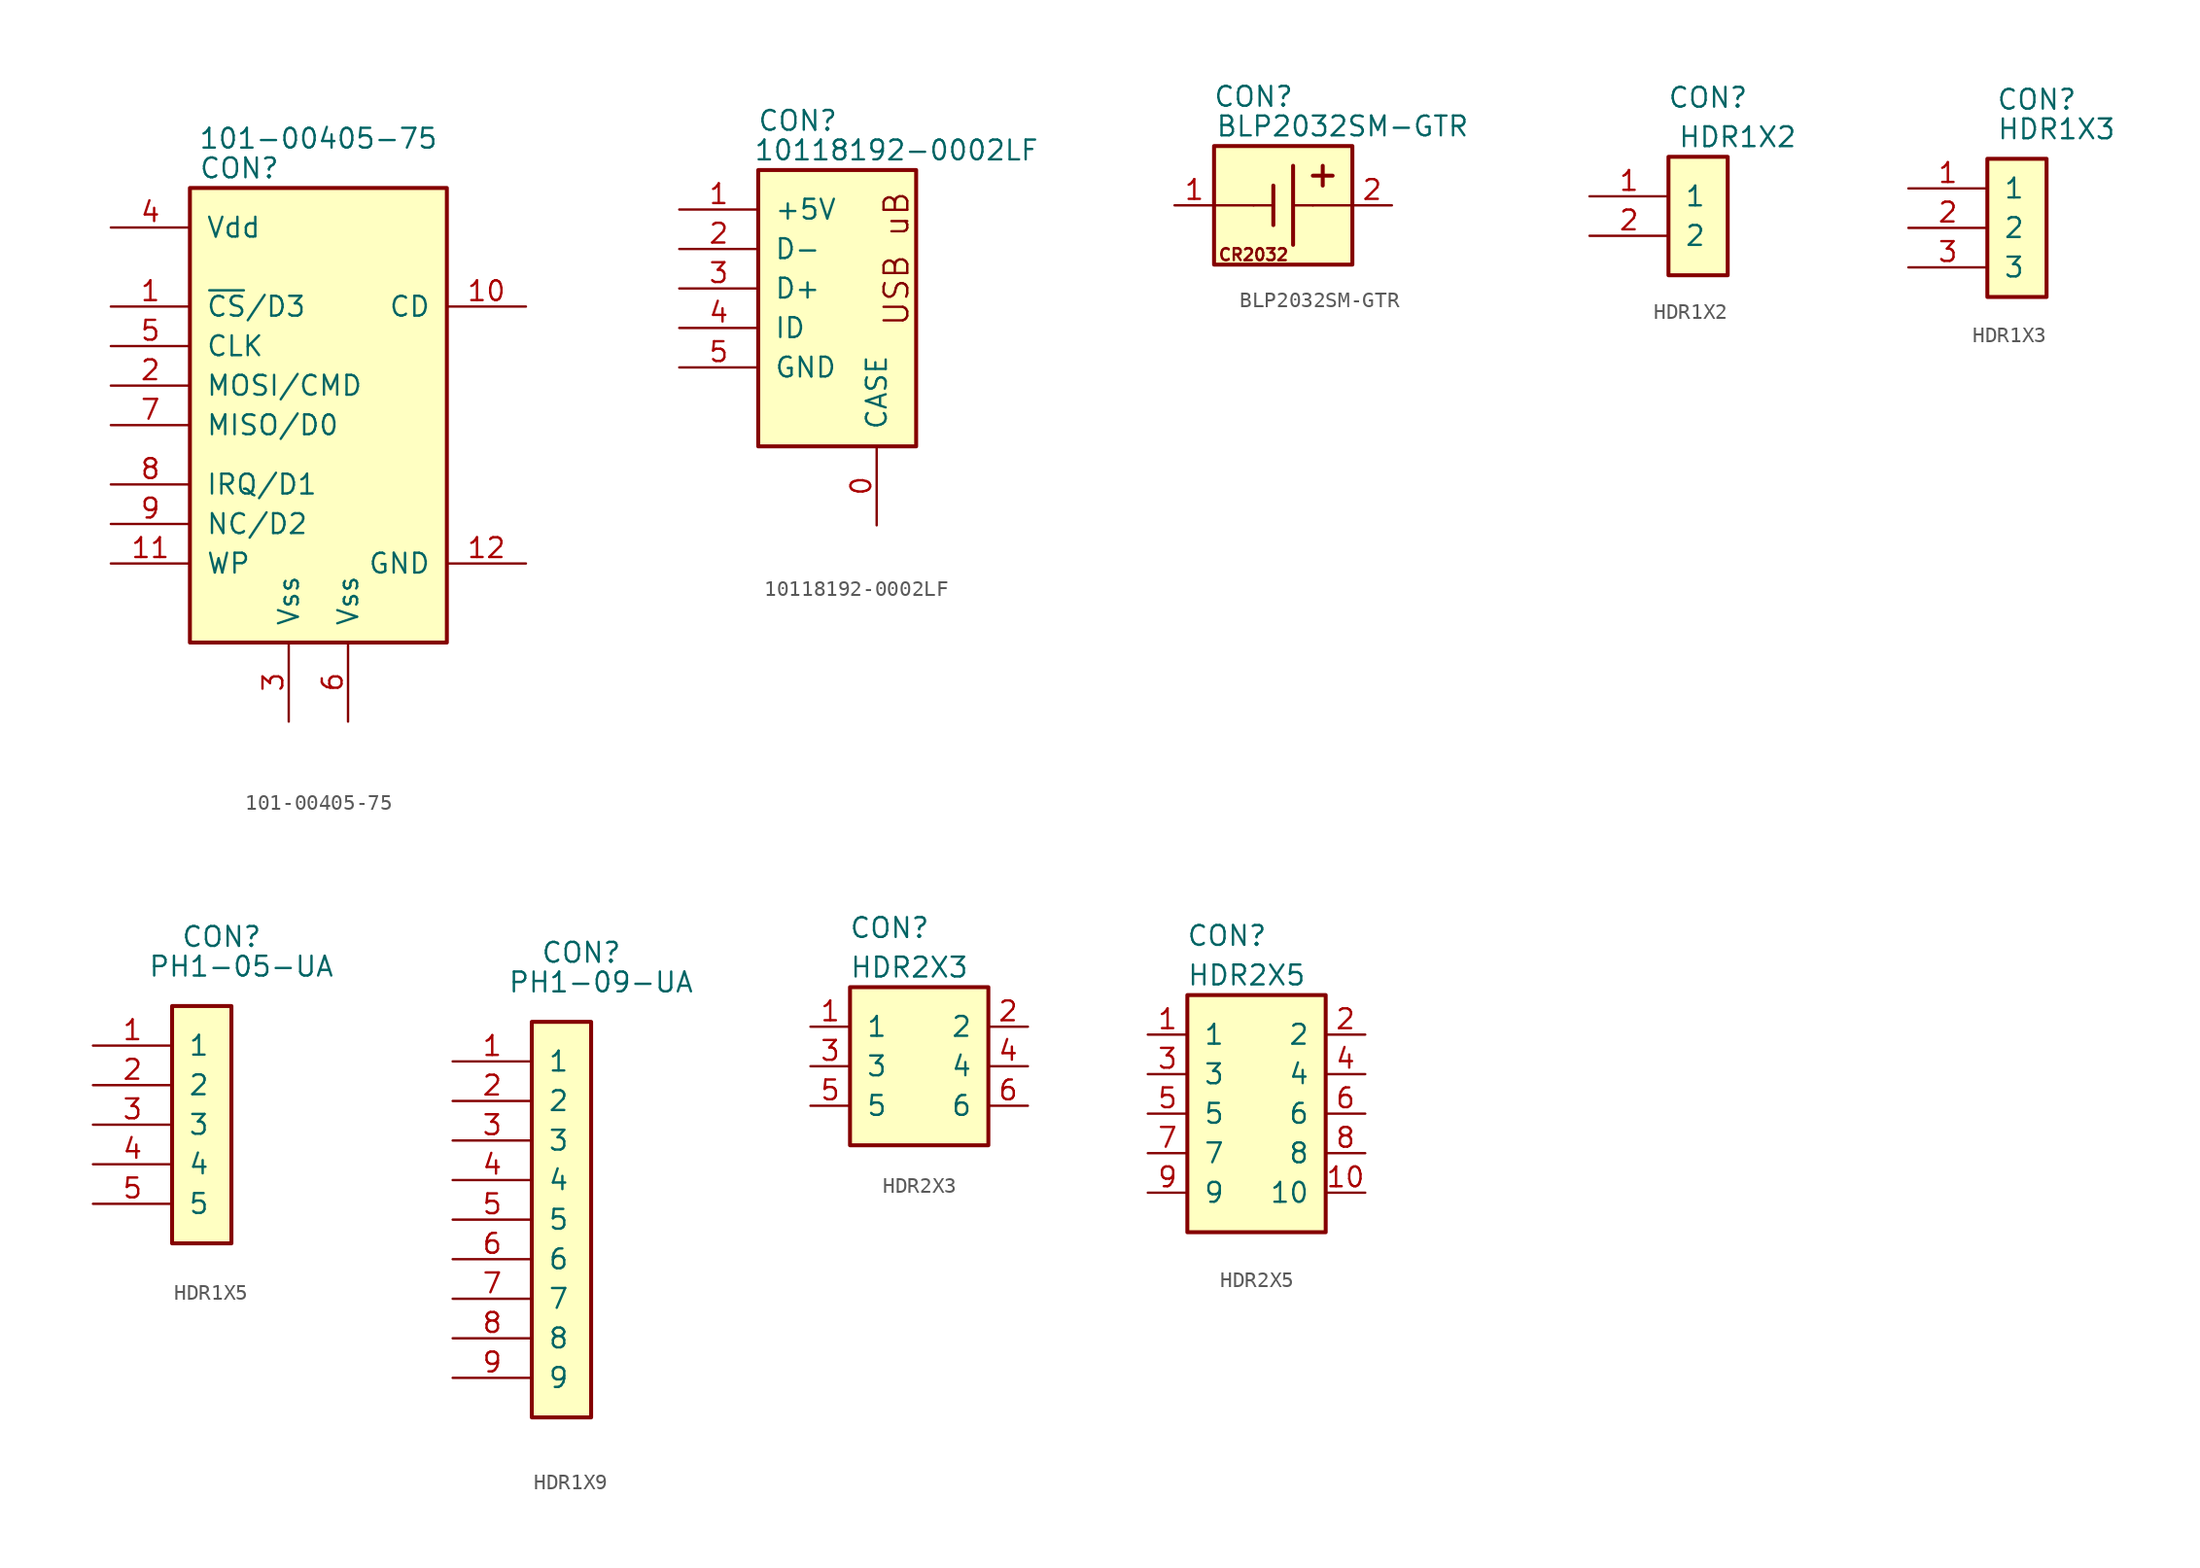
<source format=kicad_sym>
(kicad_symbol_lib
  (version 20220914)
  (generator kicad_symbol_editor)
  (symbol "101-00405-75"
    (pin_names
      (offset 1.016))
    (property "Reference" "CON"
      (at 3.175 1.27 0)
      (effects (font (size 1.27 1.27))))
    (property "Value" "101-00405-75"
      (at 8.255 3.175 0)
      (effects (font (size 1.27 1.27))))
    (symbol "101-00405-75_0_1"
      (rectangle (start 0 0) (end 16.51 -29.21) (stroke (width 0.254) (type default)) (fill (type background))))
    (symbol "101-00405-75_1_1"
      (pin bidirectional line (at -5.08 -7.62 0) (length 5.08) (name "~{CS}/D3" (effects (font (size 1.27 1.27)))) (number "1" (effects (font (size 1.27 1.27)))))
      (pin passive line (at 21.59 -7.62 180) (length 5.08) (name "CD" (effects (font (size 1.27 1.27)))) (number "10" (effects (font (size 1.27 1.27)))))
      (pin power_in line (at -5.08 -24.13 0) (length 5.08) (name "WP" (effects (font (size 1.27 1.27)))) (number "11" (effects (font (size 1.27 1.27)))))
      (pin power_in line (at 21.59 -24.13 180) (length 5.08) (name "GND" (effects (font (size 1.27 1.27)))) (number "12" (effects (font (size 1.27 1.27)))))
      (pin input line (at -5.08 -12.7 0) (length 5.08) (name "MOSI/CMD" (effects (font (size 1.27 1.27)))) (number "2" (effects (font (size 1.27 1.27)))))
      (pin power_in line (at 6.35 -34.29 90) (length 5.08) (name "Vss" (effects (font (size 1.27 1.27)))) (number "3" (effects (font (size 1.27 1.27)))))
      (pin power_in line (at -5.08 -2.54 0) (length 5.08) (name "Vdd" (effects (font (size 1.27 1.27)))) (number "4" (effects (font (size 1.27 1.27)))))
      (pin input line (at -5.08 -10.16 0) (length 5.08) (name "CLK" (effects (font (size 1.27 1.27)))) (number "5" (effects (font (size 1.27 1.27)))))
      (pin power_in line (at 10.16 -34.29 90) (length 5.08) (name "Vss" (effects (font (size 1.27 1.27)))) (number "6" (effects (font (size 1.27 1.27)))))
      (pin bidirectional line (at -5.08 -15.24 0) (length 5.08) (name "MISO/D0" (effects (font (size 1.27 1.27)))) (number "7" (effects (font (size 1.27 1.27)))))
      (pin bidirectional line (at -5.08 -19.05 0) (length 5.08) (name "IRQ/D1" (effects (font (size 1.27 1.27)))) (number "8" (effects (font (size 1.27 1.27)))))
      (pin bidirectional line (at -5.08 -21.59 0) (length 5.08) (name "NC/D2" (effects (font (size 1.27 1.27)))) (number "9" (effects (font (size 1.27 1.27)))))))
  (symbol "10118192-0002LF"
    (pin_names
      (offset 1.016))
    (property "Reference" "CON"
      (at 2.54 3.175 0)
      (effects (font (size 1.27 1.27))))
    (property "Value" "10118192-0002LF"
      (at 8.89 1.27 0)
      (effects (font (size 1.27 1.27))))
    (symbol "10118192-0002LF_0_0"
      (rectangle (start 0 0) (end 10.16 -17.78) (stroke (width 0.254) (type default)) (fill (type background)))
      (text "USB uB" (at 8.89 -5.715 900) (effects (font (size 1.524 1.524)))))
    (symbol "10118192-0002LF_1_1"
      (pin passive line (at 7.62 -22.86 90) (length 5.08) (name "CASE" (effects (font (size 1.27 1.27)))) (number "0" (effects (font (size 1.27 1.27)))))
      (pin power_in line (at -5.08 -2.54 0) (length 5.08) (name "+5V" (effects (font (size 1.27 1.27)))) (number "1" (effects (font (size 1.27 1.27)))))
      (pin passive line (at -5.08 -5.08 0) (length 5.08) (name "D-" (effects (font (size 1.27 1.27)))) (number "2" (effects (font (size 1.27 1.27)))))
      (pin passive line (at -5.08 -7.62 0) (length 5.08) (name "D+" (effects (font (size 1.27 1.27)))) (number "3" (effects (font (size 1.27 1.27)))))
      (pin passive line (at -5.08 -10.16 0) (length 5.08) (name "ID" (effects (font (size 1.27 1.27)))) (number "4" (effects (font (size 1.27 1.27)))))
      (pin power_in line (at -5.08 -12.7 0) (length 5.08) (name "GND" (effects (font (size 1.27 1.27)))) (number "5" (effects (font (size 1.27 1.27)))))))
  (symbol "BLP2032SM-GTR"
    (pin_names
      (offset 1.016))
    (property "Reference" "CON"
      (at 2.54 3.175 0)
      (effects (font (size 1.27 1.27))))
    (property "Value" "BLP2032SM-GTR"
      (at 8.255 1.27 0)
      (effects (font (size 1.27 1.27))))
    (symbol "BLP2032SM-GTR_0_0"
      (text "CR2032" (at 2.54 -6.985 0) (effects (font (size 0.762 0.762)))))
    (symbol "BLP2032SM-GTR_0_1"
      (polyline (pts (xy 2.54 -3.81) (xy 0 -3.81)) (stroke (width 0) (type default)) (fill (type none)))
      (polyline (pts (xy 3.81 -3.81) (xy 2.54 -3.81)) (stroke (width 0) (type default)) (fill (type none)))
      (polyline (pts (xy 3.81 -2.54) (xy 3.81 -5.08)) (stroke (width 0.254) (type default)) (fill (type none)))
      (polyline (pts (xy 5.08 -3.81) (xy 6.35 -3.81)) (stroke (width 0) (type default)) (fill (type none)))
      (polyline (pts (xy 5.08 -1.27) (xy 5.08 -6.35)) (stroke (width 0.254) (type default)) (fill (type none)))
      (polyline (pts (xy 6.35 -3.81) (xy 8.89 -3.81)) (stroke (width 0) (type default)) (fill (type none)))
      (polyline (pts (xy 6.35 -1.905) (xy 7.62 -1.905)) (stroke (width 0.254) (type default)) (fill (type none)))
      (polyline (pts (xy 6.985 -1.27) (xy 6.985 -2.54)) (stroke (width 0.254) (type default)) (fill (type none)))
      (rectangle (start 0 0) (end 8.89 -7.62) (stroke (width 0.254) (type default)) (fill (type background))))
    (symbol "BLP2032SM-GTR_1_1"
      (pin power_in line (at -2.54 -3.81 0) (length 2.54) (name "BAT-" (effects (font (size 0 0)))) (number "1" (effects (font (size 1.27 1.27)))))
      (pin power_in line (at 11.43 -3.81 180) (length 2.54) (name "BAT+" (effects (font (size 0 0)))) (number "2" (effects (font (size 1.27 1.27)))))))
  (symbol "HDR1X2"
    (pin_names
      (offset 1.016))
    (property "Reference" "CON"
      (at 2.54 3.81 0)
      (effects (font (size 1.27 1.27))))
    (property "Value" "HDR1X2"
      (at 4.445 1.27 0)
      (effects (font (size 1.27 1.27))))
    (symbol "HDR1X2_0_1"
      (rectangle (start 0 0) (end 3.81 -7.62) (stroke (width 0.254) (type default)) (fill (type background))))
    (symbol "HDR1X2_1_1"
      (pin passive line (at -5.08 -2.54 0) (length 5.08) (name "1" (effects (font (size 1.27 1.27)))) (number "1" (effects (font (size 1.27 1.27)))))
      (pin passive line (at -5.08 -5.08 0) (length 5.08) (name "2" (effects (font (size 1.27 1.27)))) (number "2" (effects (font (size 1.27 1.27)))))))
  (symbol "HDR1X3"
    (pin_names
      (offset 1.016))
    (property "Reference" "CON"
      (at 3.175 4.445 0)
      (effects (font (size 1.27 1.27))))
    (property "Value" "HDR1X3"
      (at 4.445 2.54 0)
      (effects (font (size 1.27 1.27))))
    (symbol "HDR1X3_0_1"
      (rectangle (start 0 0.635) (end 3.81 -8.255) (stroke (width 0.254) (type default)) (fill (type background))))
    (symbol "HDR1X3_1_1"
      (pin passive line (at -5.08 -1.27 0) (length 5.08) (name "1" (effects (font (size 1.27 1.27)))) (number "1" (effects (font (size 1.27 1.27)))))
      (pin passive line (at -5.08 -3.81 0) (length 5.08) (name "2" (effects (font (size 1.27 1.27)))) (number "2" (effects (font (size 1.27 1.27)))))
      (pin passive line (at -5.08 -6.35 0) (length 5.08) (name "3" (effects (font (size 1.27 1.27)))) (number "3" (effects (font (size 1.27 1.27)))))))
  (symbol "HDR1X5"
    (pin_names
      (offset 1.016))
    (property "Reference" "CON"
      (at 3.175 4.445 0)
      (effects (font (size 1.27 1.27))))
    (property "Value" "PH1-05-UA"
      (at 4.445 2.54 0)
      (effects (font (size 1.27 1.27))))
    (symbol "HDR1X5_0_1"
      (rectangle (start 0 0) (end 3.81 -15.24) (stroke (width 0.254) (type default)) (fill (type background))))
    (symbol "HDR1X5_1_1"
      (pin passive line (at -5.08 -2.54 0) (length 5.08) (name "1" (effects (font (size 1.27 1.27)))) (number "1" (effects (font (size 1.27 1.27)))))
      (pin passive line (at -5.08 -5.08 0) (length 5.08) (name "2" (effects (font (size 1.27 1.27)))) (number "2" (effects (font (size 1.27 1.27)))))
      (pin passive line (at -5.08 -7.62 0) (length 5.08) (name "3" (effects (font (size 1.27 1.27)))) (number "3" (effects (font (size 1.27 1.27)))))
      (pin passive line (at -5.08 -10.16 0) (length 5.08) (name "4" (effects (font (size 1.27 1.27)))) (number "4" (effects (font (size 1.27 1.27)))))
      (pin passive line (at -5.08 -12.7 0) (length 5.08) (name "5" (effects (font (size 1.27 1.27)))) (number "5" (effects (font (size 1.27 1.27)))))))
  (symbol "HDR1X9"
    (pin_names
      (offset 1.016))
    (property "Reference" "CON"
      (at 3.175 4.445 0)
      (effects (font (size 1.27 1.27))))
    (property "Value" "PH1-09-UA"
      (at 4.445 2.54 0)
      (effects (font (size 1.27 1.27))))
    (symbol "HDR1X9_0_1"
      (rectangle (start 0 0) (end 3.81 -25.4) (stroke (width 0.254) (type default)) (fill (type background))))
    (symbol "HDR1X9_1_1"
      (pin passive line (at -5.08 -2.54 0) (length 5.08) (name "1" (effects (font (size 1.27 1.27)))) (number "1" (effects (font (size 1.27 1.27)))))
      (pin passive line (at -5.08 -5.08 0) (length 5.08) (name "2" (effects (font (size 1.27 1.27)))) (number "2" (effects (font (size 1.27 1.27)))))
      (pin passive line (at -5.08 -7.62 0) (length 5.08) (name "3" (effects (font (size 1.27 1.27)))) (number "3" (effects (font (size 1.27 1.27)))))
      (pin passive line (at -5.08 -10.16 0) (length 5.08) (name "4" (effects (font (size 1.27 1.27)))) (number "4" (effects (font (size 1.27 1.27)))))
      (pin passive line (at -5.08 -12.7 0) (length 5.08) (name "5" (effects (font (size 1.27 1.27)))) (number "5" (effects (font (size 1.27 1.27)))))
      (pin passive line (at -5.08 -15.24 0) (length 5.08) (name "6" (effects (font (size 1.27 1.27)))) (number "6" (effects (font (size 1.27 1.27)))))
      (pin passive line (at -5.08 -17.78 0) (length 5.08) (name "7" (effects (font (size 1.27 1.27)))) (number "7" (effects (font (size 1.27 1.27)))))
      (pin passive line (at -5.08 -20.32 0) (length 5.08) (name "8" (effects (font (size 1.27 1.27)))) (number "8" (effects (font (size 1.27 1.27)))))
      (pin passive line (at -5.08 -22.86 0) (length 5.08) (name "9" (effects (font (size 1.27 1.27)))) (number "9" (effects (font (size 1.27 1.27)))))))
  (symbol "HDR2X3"
    (pin_names
      (offset 1.016))
    (property "Reference" "CON"
      (at 2.54 3.81 0)
      (effects (font (size 1.27 1.27))))
    (property "Value" "HDR2X3"
      (at 3.81 1.27 0)
      (effects (font (size 1.27 1.27))))
    (symbol "HDR2X3_0_1"
      (rectangle (start 0 0) (end 8.89 -10.16) (stroke (width 0.254) (type default)) (fill (type background))))
    (symbol "HDR2X3_1_1"
      (pin passive line (at -2.54 -2.54 0) (length 2.54) (name "1" (effects (font (size 1.27 1.27)))) (number "1" (effects (font (size 1.27 1.27)))))
      (pin passive line (at 11.43 -2.54 180) (length 2.54) (name "2" (effects (font (size 1.27 1.27)))) (number "2" (effects (font (size 1.27 1.27)))))
      (pin passive line (at -2.54 -5.08 0) (length 2.54) (name "3" (effects (font (size 1.27 1.27)))) (number "3" (effects (font (size 1.27 1.27)))))
      (pin passive line (at 11.43 -5.08 180) (length 2.54) (name "4" (effects (font (size 1.27 1.27)))) (number "4" (effects (font (size 1.27 1.27)))))
      (pin passive line (at -2.54 -7.62 0) (length 2.54) (name "5" (effects (font (size 1.27 1.27)))) (number "5" (effects (font (size 1.27 1.27)))))
      (pin passive line (at 11.43 -7.62 180) (length 2.54) (name "6" (effects (font (size 1.27 1.27)))) (number "6" (effects (font (size 1.27 1.27)))))))
  (symbol "HDR2X5"
    (pin_names
      (offset 1.016))
    (property "Reference" "CON"
      (at 2.54 3.81 0)
      (effects (font (size 1.27 1.27))))
    (property "Value" "HDR2X5"
      (at 3.81 1.27 0)
      (effects (font (size 1.27 1.27))))
    (symbol "HDR2X5_0_1"
      (rectangle (start 0 0) (end 8.89 -15.24) (stroke (width 0.254) (type default)) (fill (type background))))
    (symbol "HDR2X5_1_1"
      (pin passive line (at -2.54 -2.54 0) (length 2.54) (name "1" (effects (font (size 1.27 1.27)))) (number "1" (effects (font (size 1.27 1.27)))))
      (pin passive line (at 11.43 -12.7 180) (length 2.54) (name "10" (effects (font (size 1.27 1.27)))) (number "10" (effects (font (size 1.27 1.27)))))
      (pin passive line (at 11.43 -2.54 180) (length 2.54) (name "2" (effects (font (size 1.27 1.27)))) (number "2" (effects (font (size 1.27 1.27)))))
      (pin passive line (at -2.54 -5.08 0) (length 2.54) (name "3" (effects (font (size 1.27 1.27)))) (number "3" (effects (font (size 1.27 1.27)))))
      (pin passive line (at 11.43 -5.08 180) (length 2.54) (name "4" (effects (font (size 1.27 1.27)))) (number "4" (effects (font (size 1.27 1.27)))))
      (pin passive line (at -2.54 -7.62 0) (length 2.54) (name "5" (effects (font (size 1.27 1.27)))) (number "5" (effects (font (size 1.27 1.27)))))
      (pin passive line (at 11.43 -7.62 180) (length 2.54) (name "6" (effects (font (size 1.27 1.27)))) (number "6" (effects (font (size 1.27 1.27)))))
      (pin passive line (at -2.54 -10.16 0) (length 2.54) (name "7" (effects (font (size 1.27 1.27)))) (number "7" (effects (font (size 1.27 1.27)))))
      (pin passive line (at 11.43 -10.16 180) (length 2.54) (name "8" (effects (font (size 1.27 1.27)))) (number "8" (effects (font (size 1.27 1.27)))))
      (pin passive line (at -2.54 -12.7 0) (length 2.54) (name "9" (effects (font (size 1.27 1.27)))) (number "9" (effects (font (size 1.27 1.27))))))))
</source>
